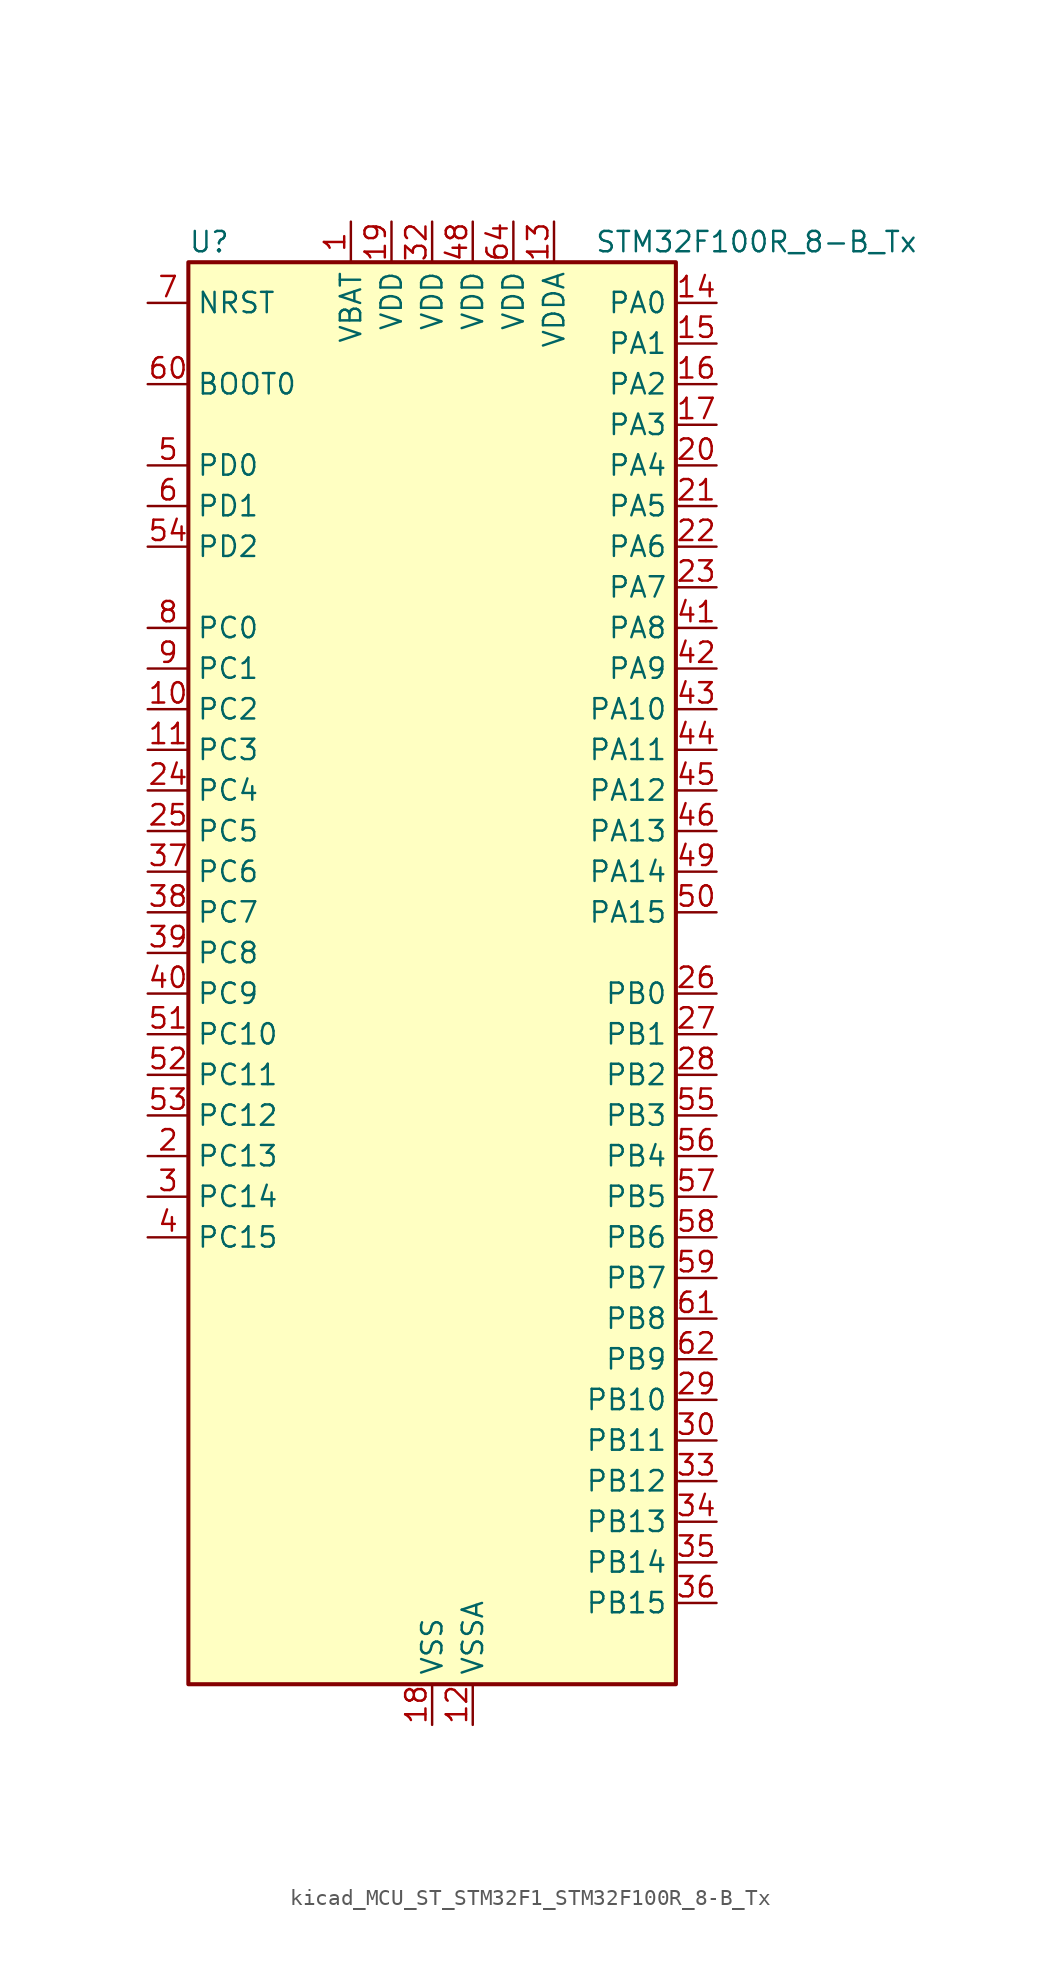
<source format=kicad_sym>
(kicad_symbol_lib
  (version 20220914)
  (generator kicad_symbol_editor)
  (symbol "kicad_MCU_ST_STM32F1_STM32F100R_8-B_Tx"
    (property "Reference" "U"
      (at -15.24 46.99 0)
      (effects (font (size 1.27 1.27)) (justify left)))
    (property "Value" "STM32F100R_8-B_Tx"
      (at 10.16 46.99 0)
      (effects (font (size 1.27 1.27)) (justify left)))
    (property "ki_locked" ""
      (at 0 0 0)
      (effects (font (size 1.27 1.27))))
    (symbol "kicad_MCU_ST_STM32F1_STM32F100R_8-B_Tx_0_1"
      (rectangle (start -15.24 -43.18) (end 15.24 45.72) (stroke (width 0.254) (type default)) (fill (type background))))
    (symbol "kicad_MCU_ST_STM32F1_STM32F100R_8-B_Tx_1_1"
      (pin power_in line (at -5.08 48.26 270) (length 2.54) (name "VBAT" (effects (font (size 1.27 1.27)))) (number "1" (effects (font (size 1.27 1.27)))))
      (pin bidirectional line (at -17.78 17.78 0) (length 2.54) (name "PC2" (effects (font (size 1.27 1.27)))) (number "10" (effects (font (size 1.27 1.27)))) (alternate "ADC1_IN12" bidirectional line))
      (pin bidirectional line (at -17.78 15.24 0) (length 2.54) (name "PC3" (effects (font (size 1.27 1.27)))) (number "11" (effects (font (size 1.27 1.27)))) (alternate "ADC1_IN13" bidirectional line))
      (pin power_in line (at 2.54 -45.72 90) (length 2.54) (name "VSSA" (effects (font (size 1.27 1.27)))) (number "12" (effects (font (size 1.27 1.27)))))
      (pin power_in line (at 7.62 48.26 270) (length 2.54) (name "VDDA" (effects (font (size 1.27 1.27)))) (number "13" (effects (font (size 1.27 1.27)))))
      (pin bidirectional line (at 17.78 43.18 180) (length 2.54) (name "PA0" (effects (font (size 1.27 1.27)))) (number "14" (effects (font (size 1.27 1.27)))) (alternate "ADC1_IN0" bidirectional line) (alternate "SYS_WKUP" bidirectional line) (alternate "TIM2_CH1" bidirectional line) (alternate "TIM2_ETR" bidirectional line) (alternate "USART2_CTS" bidirectional line))
      (pin bidirectional line (at 17.78 40.64 180) (length 2.54) (name "PA1" (effects (font (size 1.27 1.27)))) (number "15" (effects (font (size 1.27 1.27)))) (alternate "ADC1_IN1" bidirectional line) (alternate "TIM2_CH2" bidirectional line) (alternate "USART2_RTS" bidirectional line))
      (pin bidirectional line (at 17.78 38.1 180) (length 2.54) (name "PA2" (effects (font (size 1.27 1.27)))) (number "16" (effects (font (size 1.27 1.27)))) (alternate "ADC1_IN2" bidirectional line) (alternate "TIM15_CH1" bidirectional line) (alternate "TIM2_CH3" bidirectional line) (alternate "USART2_TX" bidirectional line))
      (pin bidirectional line (at 17.78 35.56 180) (length 2.54) (name "PA3" (effects (font (size 1.27 1.27)))) (number "17" (effects (font (size 1.27 1.27)))) (alternate "ADC1_IN3" bidirectional line) (alternate "TIM15_CH2" bidirectional line) (alternate "TIM2_CH4" bidirectional line) (alternate "USART2_RX" bidirectional line))
      (pin power_in line (at 0 -45.72 90) (length 2.54) (name "VSS" (effects (font (size 1.27 1.27)))) (number "18" (effects (font (size 1.27 1.27)))))
      (pin power_in line (at -2.54 48.26 270) (length 2.54) (name "VDD" (effects (font (size 1.27 1.27)))) (number "19" (effects (font (size 1.27 1.27)))))
      (pin bidirectional line (at -17.78 -10.16 0) (length 2.54) (name "PC13" (effects (font (size 1.27 1.27)))) (number "2" (effects (font (size 1.27 1.27)))) (alternate "RTC_OUT" bidirectional line) (alternate "RTC_TAMPER" bidirectional line))
      (pin bidirectional line (at 17.78 33.02 180) (length 2.54) (name "PA4" (effects (font (size 1.27 1.27)))) (number "20" (effects (font (size 1.27 1.27)))) (alternate "ADC1_IN4" bidirectional line) (alternate "DAC_OUT1" bidirectional line) (alternate "SPI1_NSS" bidirectional line) (alternate "USART2_CK" bidirectional line))
      (pin bidirectional line (at 17.78 30.48 180) (length 2.54) (name "PA5" (effects (font (size 1.27 1.27)))) (number "21" (effects (font (size 1.27 1.27)))) (alternate "ADC1_IN5" bidirectional line) (alternate "DAC_OUT2" bidirectional line) (alternate "SPI1_SCK" bidirectional line))
      (pin bidirectional line (at 17.78 27.94 180) (length 2.54) (name "PA6" (effects (font (size 1.27 1.27)))) (number "22" (effects (font (size 1.27 1.27)))) (alternate "ADC1_IN6" bidirectional line) (alternate "SPI1_MISO" bidirectional line) (alternate "TIM16_CH1" bidirectional line) (alternate "TIM1_BKIN" bidirectional line) (alternate "TIM3_CH1" bidirectional line))
      (pin bidirectional line (at 17.78 25.4 180) (length 2.54) (name "PA7" (effects (font (size 1.27 1.27)))) (number "23" (effects (font (size 1.27 1.27)))) (alternate "ADC1_IN7" bidirectional line) (alternate "SPI1_MOSI" bidirectional line) (alternate "TIM17_CH1" bidirectional line) (alternate "TIM1_CH1N" bidirectional line) (alternate "TIM3_CH2" bidirectional line))
      (pin bidirectional line (at -17.78 12.7 0) (length 2.54) (name "PC4" (effects (font (size 1.27 1.27)))) (number "24" (effects (font (size 1.27 1.27)))) (alternate "ADC1_IN14" bidirectional line))
      (pin bidirectional line (at -17.78 10.16 0) (length 2.54) (name "PC5" (effects (font (size 1.27 1.27)))) (number "25" (effects (font (size 1.27 1.27)))) (alternate "ADC1_IN15" bidirectional line))
      (pin bidirectional line (at 17.78 0 180) (length 2.54) (name "PB0" (effects (font (size 1.27 1.27)))) (number "26" (effects (font (size 1.27 1.27)))) (alternate "ADC1_IN8" bidirectional line) (alternate "TIM1_CH2N" bidirectional line) (alternate "TIM3_CH3" bidirectional line))
      (pin bidirectional line (at 17.78 -2.54 180) (length 2.54) (name "PB1" (effects (font (size 1.27 1.27)))) (number "27" (effects (font (size 1.27 1.27)))) (alternate "ADC1_IN9" bidirectional line) (alternate "TIM1_CH3N" bidirectional line) (alternate "TIM3_CH4" bidirectional line))
      (pin bidirectional line (at 17.78 -5.08 180) (length 2.54) (name "PB2" (effects (font (size 1.27 1.27)))) (number "28" (effects (font (size 1.27 1.27)))))
      (pin bidirectional line (at 17.78 -25.4 180) (length 2.54) (name "PB10" (effects (font (size 1.27 1.27)))) (number "29" (effects (font (size 1.27 1.27)))) (alternate "CEC" bidirectional line) (alternate "I2C2_SCL" bidirectional line) (alternate "TIM2_CH3" bidirectional line) (alternate "USART3_TX" bidirectional line))
      (pin bidirectional line (at -17.78 -12.7 0) (length 2.54) (name "PC14" (effects (font (size 1.27 1.27)))) (number "3" (effects (font (size 1.27 1.27)))) (alternate "RCC_OSC32_IN" bidirectional line))
      (pin bidirectional line (at 17.78 -27.94 180) (length 2.54) (name "PB11" (effects (font (size 1.27 1.27)))) (number "30" (effects (font (size 1.27 1.27)))) (alternate "ADC1_EXTI11" bidirectional line) (alternate "I2C2_SDA" bidirectional line) (alternate "TIM2_CH4" bidirectional line) (alternate "USART3_RX" bidirectional line))
      (pin passive line (at 0 -45.72 90) (length 2.54) hide (name "VSS" (effects (font (size 1.27 1.27)))) (number "31" (effects (font (size 1.27 1.27)))))
      (pin power_in line (at 0 48.26 270) (length 2.54) (name "VDD" (effects (font (size 1.27 1.27)))) (number "32" (effects (font (size 1.27 1.27)))))
      (pin bidirectional line (at 17.78 -30.48 180) (length 2.54) (name "PB12" (effects (font (size 1.27 1.27)))) (number "33" (effects (font (size 1.27 1.27)))) (alternate "I2C2_SMBA" bidirectional line) (alternate "SPI2_NSS" bidirectional line) (alternate "TIM1_BKIN" bidirectional line) (alternate "USART3_CK" bidirectional line))
      (pin bidirectional line (at 17.78 -33.02 180) (length 2.54) (name "PB13" (effects (font (size 1.27 1.27)))) (number "34" (effects (font (size 1.27 1.27)))) (alternate "SPI2_SCK" bidirectional line) (alternate "TIM1_CH1N" bidirectional line) (alternate "USART3_CTS" bidirectional line))
      (pin bidirectional line (at 17.78 -35.56 180) (length 2.54) (name "PB14" (effects (font (size 1.27 1.27)))) (number "35" (effects (font (size 1.27 1.27)))) (alternate "SPI2_MISO" bidirectional line) (alternate "TIM15_CH1" bidirectional line) (alternate "TIM1_CH2N" bidirectional line) (alternate "USART3_RTS" bidirectional line))
      (pin bidirectional line (at 17.78 -38.1 180) (length 2.54) (name "PB15" (effects (font (size 1.27 1.27)))) (number "36" (effects (font (size 1.27 1.27)))) (alternate "ADC1_EXTI15" bidirectional line) (alternate "SPI2_MOSI" bidirectional line) (alternate "TIM15_CH1N" bidirectional line) (alternate "TIM15_CH2" bidirectional line) (alternate "TIM1_CH3N" bidirectional line))
      (pin bidirectional line (at -17.78 7.62 0) (length 2.54) (name "PC6" (effects (font (size 1.27 1.27)))) (number "37" (effects (font (size 1.27 1.27)))) (alternate "TIM3_CH1" bidirectional line))
      (pin bidirectional line (at -17.78 5.08 0) (length 2.54) (name "PC7" (effects (font (size 1.27 1.27)))) (number "38" (effects (font (size 1.27 1.27)))) (alternate "TIM3_CH2" bidirectional line))
      (pin bidirectional line (at -17.78 2.54 0) (length 2.54) (name "PC8" (effects (font (size 1.27 1.27)))) (number "39" (effects (font (size 1.27 1.27)))) (alternate "TIM3_CH3" bidirectional line))
      (pin bidirectional line (at -17.78 -15.24 0) (length 2.54) (name "PC15" (effects (font (size 1.27 1.27)))) (number "4" (effects (font (size 1.27 1.27)))) (alternate "ADC1_EXTI15" bidirectional line) (alternate "RCC_OSC32_OUT" bidirectional line))
      (pin bidirectional line (at -17.78 0 0) (length 2.54) (name "PC9" (effects (font (size 1.27 1.27)))) (number "40" (effects (font (size 1.27 1.27)))) (alternate "DAC_EXTI9" bidirectional line) (alternate "TIM3_CH4" bidirectional line))
      (pin bidirectional line (at 17.78 22.86 180) (length 2.54) (name "PA8" (effects (font (size 1.27 1.27)))) (number "41" (effects (font (size 1.27 1.27)))) (alternate "RCC_MCO" bidirectional line) (alternate "TIM1_CH1" bidirectional line) (alternate "USART1_CK" bidirectional line))
      (pin bidirectional line (at 17.78 20.32 180) (length 2.54) (name "PA9" (effects (font (size 1.27 1.27)))) (number "42" (effects (font (size 1.27 1.27)))) (alternate "DAC_EXTI9" bidirectional line) (alternate "TIM15_BKIN" bidirectional line) (alternate "TIM1_CH2" bidirectional line) (alternate "USART1_TX" bidirectional line))
      (pin bidirectional line (at 17.78 17.78 180) (length 2.54) (name "PA10" (effects (font (size 1.27 1.27)))) (number "43" (effects (font (size 1.27 1.27)))) (alternate "TIM17_BKIN" bidirectional line) (alternate "TIM1_CH3" bidirectional line) (alternate "USART1_RX" bidirectional line))
      (pin bidirectional line (at 17.78 15.24 180) (length 2.54) (name "PA11" (effects (font (size 1.27 1.27)))) (number "44" (effects (font (size 1.27 1.27)))) (alternate "ADC1_EXTI11" bidirectional line) (alternate "TIM1_CH4" bidirectional line) (alternate "USART1_CTS" bidirectional line))
      (pin bidirectional line (at 17.78 12.7 180) (length 2.54) (name "PA12" (effects (font (size 1.27 1.27)))) (number "45" (effects (font (size 1.27 1.27)))) (alternate "TIM1_ETR" bidirectional line) (alternate "USART1_RTS" bidirectional line))
      (pin bidirectional line (at 17.78 10.16 180) (length 2.54) (name "PA13" (effects (font (size 1.27 1.27)))) (number "46" (effects (font (size 1.27 1.27)))) (alternate "SYS_JTMS-SWDIO" bidirectional line))
      (pin passive line (at 0 -45.72 90) (length 2.54) hide (name "VSS" (effects (font (size 1.27 1.27)))) (number "47" (effects (font (size 1.27 1.27)))))
      (pin power_in line (at 2.54 48.26 270) (length 2.54) (name "VDD" (effects (font (size 1.27 1.27)))) (number "48" (effects (font (size 1.27 1.27)))))
      (pin bidirectional line (at 17.78 7.62 180) (length 2.54) (name "PA14" (effects (font (size 1.27 1.27)))) (number "49" (effects (font (size 1.27 1.27)))) (alternate "SYS_JTCK-SWCLK" bidirectional line))
      (pin bidirectional line (at -17.78 33.02 0) (length 2.54) (name "PD0" (effects (font (size 1.27 1.27)))) (number "5" (effects (font (size 1.27 1.27)))) (alternate "RCC_OSC_IN" bidirectional line))
      (pin bidirectional line (at 17.78 5.08 180) (length 2.54) (name "PA15" (effects (font (size 1.27 1.27)))) (number "50" (effects (font (size 1.27 1.27)))) (alternate "ADC1_EXTI15" bidirectional line) (alternate "SPI1_NSS" bidirectional line) (alternate "SYS_JTDI" bidirectional line) (alternate "TIM2_CH1" bidirectional line) (alternate "TIM2_ETR" bidirectional line))
      (pin bidirectional line (at -17.78 -2.54 0) (length 2.54) (name "PC10" (effects (font (size 1.27 1.27)))) (number "51" (effects (font (size 1.27 1.27)))) (alternate "USART3_TX" bidirectional line))
      (pin bidirectional line (at -17.78 -5.08 0) (length 2.54) (name "PC11" (effects (font (size 1.27 1.27)))) (number "52" (effects (font (size 1.27 1.27)))) (alternate "ADC1_EXTI11" bidirectional line) (alternate "USART3_RX" bidirectional line))
      (pin bidirectional line (at -17.78 -7.62 0) (length 2.54) (name "PC12" (effects (font (size 1.27 1.27)))) (number "53" (effects (font (size 1.27 1.27)))) (alternate "USART3_CK" bidirectional line))
      (pin bidirectional line (at -17.78 27.94 0) (length 2.54) (name "PD2" (effects (font (size 1.27 1.27)))) (number "54" (effects (font (size 1.27 1.27)))) (alternate "TIM3_ETR" bidirectional line))
      (pin bidirectional line (at 17.78 -7.62 180) (length 2.54) (name "PB3" (effects (font (size 1.27 1.27)))) (number "55" (effects (font (size 1.27 1.27)))) (alternate "SPI1_SCK" bidirectional line) (alternate "SYS_JTDO-TRACESWO" bidirectional line) (alternate "TIM2_CH2" bidirectional line))
      (pin bidirectional line (at 17.78 -10.16 180) (length 2.54) (name "PB4" (effects (font (size 1.27 1.27)))) (number "56" (effects (font (size 1.27 1.27)))) (alternate "SPI1_MISO" bidirectional line) (alternate "SYS_NJTRST" bidirectional line) (alternate "TIM3_CH1" bidirectional line))
      (pin bidirectional line (at 17.78 -12.7 180) (length 2.54) (name "PB5" (effects (font (size 1.27 1.27)))) (number "57" (effects (font (size 1.27 1.27)))) (alternate "I2C1_SMBA" bidirectional line) (alternate "SPI1_MOSI" bidirectional line) (alternate "TIM16_BKIN" bidirectional line) (alternate "TIM3_CH2" bidirectional line))
      (pin bidirectional line (at 17.78 -15.24 180) (length 2.54) (name "PB6" (effects (font (size 1.27 1.27)))) (number "58" (effects (font (size 1.27 1.27)))) (alternate "I2C1_SCL" bidirectional line) (alternate "TIM16_CH1N" bidirectional line) (alternate "TIM4_CH1" bidirectional line) (alternate "USART1_TX" bidirectional line))
      (pin bidirectional line (at 17.78 -17.78 180) (length 2.54) (name "PB7" (effects (font (size 1.27 1.27)))) (number "59" (effects (font (size 1.27 1.27)))) (alternate "I2C1_SDA" bidirectional line) (alternate "TIM17_CH1N" bidirectional line) (alternate "TIM4_CH2" bidirectional line) (alternate "USART1_RX" bidirectional line))
      (pin bidirectional line (at -17.78 30.48 0) (length 2.54) (name "PD1" (effects (font (size 1.27 1.27)))) (number "6" (effects (font (size 1.27 1.27)))) (alternate "RCC_OSC_OUT" bidirectional line))
      (pin input line (at -17.78 38.1 0) (length 2.54) (name "BOOT0" (effects (font (size 1.27 1.27)))) (number "60" (effects (font (size 1.27 1.27)))))
      (pin bidirectional line (at 17.78 -20.32 180) (length 2.54) (name "PB8" (effects (font (size 1.27 1.27)))) (number "61" (effects (font (size 1.27 1.27)))) (alternate "CEC" bidirectional line) (alternate "I2C1_SCL" bidirectional line) (alternate "TIM16_CH1" bidirectional line) (alternate "TIM4_CH3" bidirectional line))
      (pin bidirectional line (at 17.78 -22.86 180) (length 2.54) (name "PB9" (effects (font (size 1.27 1.27)))) (number "62" (effects (font (size 1.27 1.27)))) (alternate "DAC_EXTI9" bidirectional line) (alternate "I2C1_SDA" bidirectional line) (alternate "TIM17_CH1" bidirectional line) (alternate "TIM4_CH4" bidirectional line))
      (pin passive line (at 0 -45.72 90) (length 2.54) hide (name "VSS" (effects (font (size 1.27 1.27)))) (number "63" (effects (font (size 1.27 1.27)))))
      (pin power_in line (at 5.08 48.26 270) (length 2.54) (name "VDD" (effects (font (size 1.27 1.27)))) (number "64" (effects (font (size 1.27 1.27)))))
      (pin input line (at -17.78 43.18 0) (length 2.54) (name "NRST" (effects (font (size 1.27 1.27)))) (number "7" (effects (font (size 1.27 1.27)))))
      (pin bidirectional line (at -17.78 22.86 0) (length 2.54) (name "PC0" (effects (font (size 1.27 1.27)))) (number "8" (effects (font (size 1.27 1.27)))) (alternate "ADC1_IN10" bidirectional line))
      (pin bidirectional line (at -17.78 20.32 0) (length 2.54) (name "PC1" (effects (font (size 1.27 1.27)))) (number "9" (effects (font (size 1.27 1.27)))) (alternate "ADC1_IN11" bidirectional line)))))
</source>
